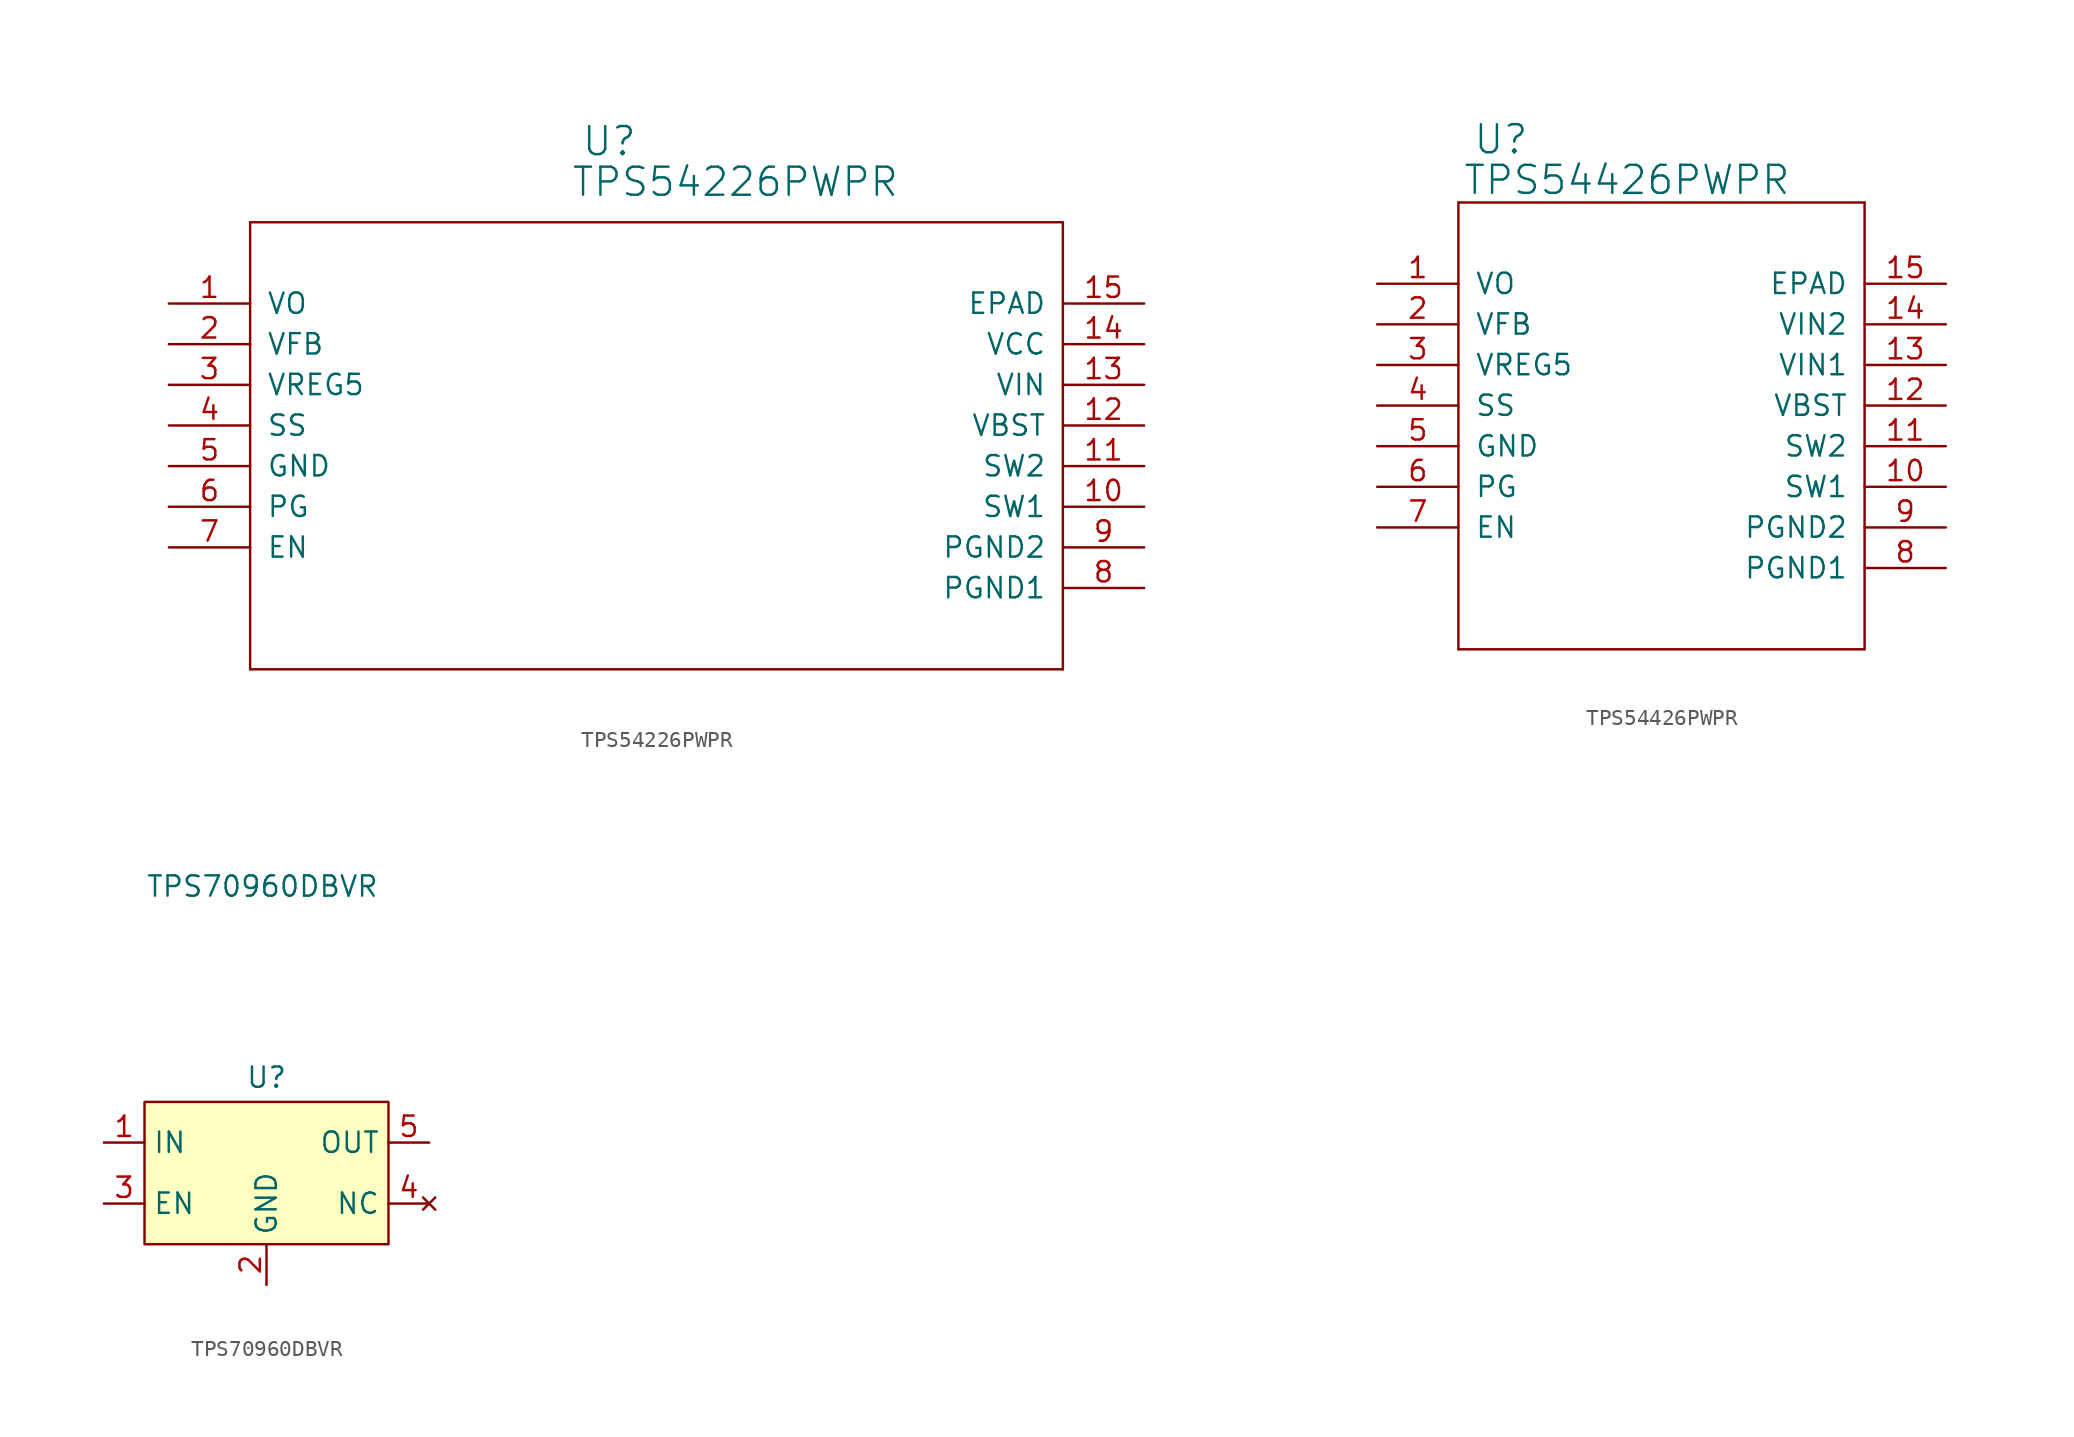
<source format=kicad_sym>
(kicad_symbol_lib
  (version 20241209)
  (generator "kicad_symbol_editor")
  (generator_version "9.0")
  (symbol "TPS54226PWPR"
    (pin_names
      (offset 1.016))
    (property "Reference" "U"
      (at 28.296 9.119 0)
      (effects (font (size 1.753 1.753)) (justify left bottom)))
    (property "Value" "TPS54226PWPR"
      (at 27.661 6.579 0)
      (effects (font (size 1.753 1.753)) (justify left bottom)))
    (symbol "TPS54226PWPR_1_0"
      (polyline (pts (xy 7.62 5.08) (xy 7.62 -22.86)) (stroke (width 0) (type default)) (fill (type none)))
      (polyline (pts (xy 7.62 -22.86) (xy 58.42 -22.86)) (stroke (width 0) (type default)) (fill (type none)))
      (polyline (pts (xy 58.42 5.08) (xy 7.62 5.08)) (stroke (width 0) (type default)) (fill (type none)))
      (polyline (pts (xy 58.42 -22.86) (xy 58.42 5.08)) (stroke (width 0) (type default)) (fill (type none)))
      (pin power_out line (at 2.54 0 0) (length 5.08) (name "VO" (effects (font (size 1.27 1.27)))) (number "1" (effects (font (size 1.27 1.27)))))
      (pin input line (at 2.54 -2.54 0) (length 5.08) (name "VFB" (effects (font (size 1.27 1.27)))) (number "2" (effects (font (size 1.27 1.27)))))
      (pin output line (at 2.54 -5.08 0) (length 5.08) (name "VREG5" (effects (font (size 1.27 1.27)))) (number "3" (effects (font (size 1.27 1.27)))))
      (pin passive line (at 2.54 -7.62 0) (length 5.08) (name "SS" (effects (font (size 1.27 1.27)))) (number "4" (effects (font (size 1.27 1.27)))))
      (pin power_in line (at 2.54 -10.16 0) (length 5.08) (name "GND" (effects (font (size 1.27 1.27)))) (number "5" (effects (font (size 1.27 1.27)))))
      (pin output line (at 2.54 -12.7 0) (length 5.08) (name "PG" (effects (font (size 1.27 1.27)))) (number "6" (effects (font (size 1.27 1.27)))))
      (pin input line (at 2.54 -15.24 0) (length 5.08) (name "EN" (effects (font (size 1.27 1.27)))) (number "7" (effects (font (size 1.27 1.27)))))
      (pin passive line (at 63.5 0 180) (length 5.08) (name "EPAD" (effects (font (size 1.27 1.27)))) (number "15" (effects (font (size 1.27 1.27)))))
      (pin input line (at 63.5 -2.54 180) (length 5.08) (name "VCC" (effects (font (size 1.27 1.27)))) (number "14" (effects (font (size 1.27 1.27)))))
      (pin input line (at 63.5 -5.08 180) (length 5.08) (name "VIN" (effects (font (size 1.27 1.27)))) (number "13" (effects (font (size 1.27 1.27)))))
      (pin input line (at 63.5 -7.62 180) (length 5.08) (name "VBST" (effects (font (size 1.27 1.27)))) (number "12" (effects (font (size 1.27 1.27)))))
      (pin passive line (at 63.5 -10.16 180) (length 5.08) (name "SW2" (effects (font (size 1.27 1.27)))) (number "11" (effects (font (size 1.27 1.27)))))
      (pin passive line (at 63.5 -12.7 180) (length 5.08) (name "SW1" (effects (font (size 1.27 1.27)))) (number "10" (effects (font (size 1.27 1.27)))))
      (pin power_in line (at 63.5 -15.24 180) (length 5.08) (name "PGND2" (effects (font (size 1.27 1.27)))) (number "9" (effects (font (size 1.27 1.27)))))
      (pin power_in line (at 63.5 -17.78 180) (length 5.08) (name "PGND1" (effects (font (size 1.27 1.27)))) (number "8" (effects (font (size 1.27 1.27)))))))
  (symbol "TPS54426PWPR"
    (pin_names
      (offset 1.016))
    (property "Reference" "U"
      (at 8.509 8.001 0)
      (effects (font (size 1.753 1.753)) (justify left bottom)))
    (property "Value" "TPS54426PWPR"
      (at 7.874 5.461 0)
      (effects (font (size 1.753 1.753)) (justify left bottom)))
    (symbol "TPS54426PWPR_1_0"
      (polyline (pts (xy 7.62 5.08) (xy 7.62 -22.86)) (stroke (width 0) (type default)) (fill (type none)))
      (polyline (pts (xy 7.62 -22.86) (xy 33.02 -22.86)) (stroke (width 0) (type default)) (fill (type none)))
      (polyline (pts (xy 33.02 5.08) (xy 7.62 5.08)) (stroke (width 0) (type default)) (fill (type none)))
      (polyline (pts (xy 33.02 -22.86) (xy 33.02 5.08)) (stroke (width 0) (type default)) (fill (type none)))
      (pin output line (at 2.54 0 0) (length 5.08) (name "VO" (effects (font (size 1.27 1.27)))) (number "1" (effects (font (size 1.27 1.27)))))
      (pin input line (at 2.54 -2.54 0) (length 5.08) (name "VFB" (effects (font (size 1.27 1.27)))) (number "2" (effects (font (size 1.27 1.27)))))
      (pin output line (at 2.54 -5.08 0) (length 5.08) (name "VREG5" (effects (font (size 1.27 1.27)))) (number "3" (effects (font (size 1.27 1.27)))))
      (pin passive line (at 2.54 -7.62 0) (length 5.08) (name "SS" (effects (font (size 1.27 1.27)))) (number "4" (effects (font (size 1.27 1.27)))))
      (pin power_in line (at 2.54 -10.16 0) (length 5.08) (name "GND" (effects (font (size 1.27 1.27)))) (number "5" (effects (font (size 1.27 1.27)))))
      (pin output line (at 2.54 -12.7 0) (length 5.08) (name "PG" (effects (font (size 1.27 1.27)))) (number "6" (effects (font (size 1.27 1.27)))))
      (pin input line (at 2.54 -15.24 0) (length 5.08) (name "EN" (effects (font (size 1.27 1.27)))) (number "7" (effects (font (size 1.27 1.27)))))
      (pin passive line (at 38.1 0 180) (length 5.08) (name "EPAD" (effects (font (size 1.27 1.27)))) (number "15" (effects (font (size 1.27 1.27)))))
      (pin power_in line (at 38.1 -2.54 180) (length 5.08) (name "VIN2" (effects (font (size 1.27 1.27)))) (number "14" (effects (font (size 1.27 1.27)))))
      (pin power_in line (at 38.1 -5.08 180) (length 5.08) (name "VIN1" (effects (font (size 1.27 1.27)))) (number "13" (effects (font (size 1.27 1.27)))))
      (pin input line (at 38.1 -7.62 180) (length 5.08) (name "VBST" (effects (font (size 1.27 1.27)))) (number "12" (effects (font (size 1.27 1.27)))))
      (pin passive line (at 38.1 -10.16 180) (length 5.08) (name "SW2" (effects (font (size 1.27 1.27)))) (number "11" (effects (font (size 1.27 1.27)))))
      (pin passive line (at 38.1 -12.7 180) (length 5.08) (name "SW1" (effects (font (size 1.27 1.27)))) (number "10" (effects (font (size 1.27 1.27)))))
      (pin power_in line (at 38.1 -15.24 180) (length 5.08) (name "PGND2" (effects (font (size 1.27 1.27)))) (number "9" (effects (font (size 1.27 1.27)))))
      (pin power_in line (at 38.1 -17.78 180) (length 5.08) (name "PGND1" (effects (font (size 1.27 1.27)))) (number "8" (effects (font (size 1.27 1.27)))))))
  (symbol "TPS70960DBVR"
    (property "Reference" "U"
      (at 0 6.604 0)
      (effects (font (size 1.27 1.27))))
    (property "Value" "TPS70960DBVR"
      (at -0.254 18.542 0)
      (effects (font (size 1.27 1.27))))
    (symbol "TPS70960DBVR_1_1"
      (rectangle (start -7.62 5.08) (end 7.62 -3.81) (stroke (width 0) (type solid)) (fill (type background)))
      (pin power_in line (at -10.16 2.54 0) (length 2.54) (name "IN" (effects (font (size 1.27 1.27)))) (number "1" (effects (font (size 1.27 1.27)))))
      (pin input line (at -10.16 -1.27 0) (length 2.54) (name "EN" (effects (font (size 1.27 1.27)))) (number "3" (effects (font (size 1.27 1.27)))))
      (pin power_in line (at 0 -6.35 90) (length 2.54) (name "GND" (effects (font (size 1.27 1.27)))) (number "2" (effects (font (size 1.27 1.27)))))
      (pin power_out line (at 10.16 2.54 180) (length 2.54) (name "OUT" (effects (font (size 1.27 1.27)))) (number "5" (effects (font (size 1.27 1.27)))))
      (pin no_connect line (at 10.16 -1.27 180) (length 2.54) (name "NC" (effects (font (size 1.27 1.27)))) (number "4" (effects (font (size 1.27 1.27))))))))
</source>
